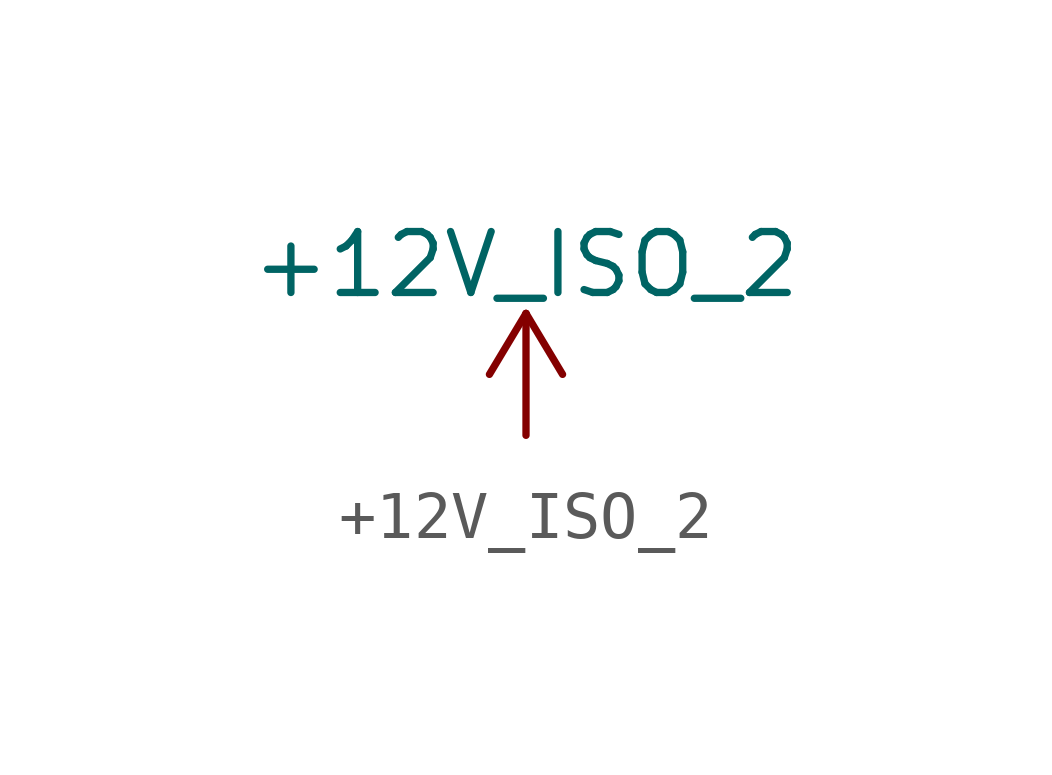
<source format=kicad_sym>
(kicad_symbol_lib
  (version 20220914)
  (generator kicad_symbol_editor)
  (symbol "+12V_ISO_2"
    (power)
    (pin_names
      (offset 0))
    (property "Reference" "#PWR"
      (at 0 -3.81 0)
      (effects (font (size 1.27 1.27)) hide))
    (property "Value" "+12V_ISO_2"
      (at 0 3.556 0)
      (effects (font (size 1.27 1.27))))
    (symbol "+12V_ISO_2_0_1"
      (polyline (pts (xy -0.762 1.27) (xy 0 2.54)) (stroke (width 0) (type default)) (fill (type none)))
      (polyline (pts (xy 0 0) (xy 0 2.54)) (stroke (width 0) (type default)) (fill (type none)))
      (polyline (pts (xy 0 2.54) (xy 0.762 1.27)) (stroke (width 0) (type default)) (fill (type none))))
    (symbol "+12V_ISO_2_1_1"
      (pin power_in line (at 0 0 0) (length 0) hide (name "+12V_ISO_2" (effects (font (size 1.27 1.27)))) (number "1" (effects (font (size 1.27 1.27))))))))
</source>
